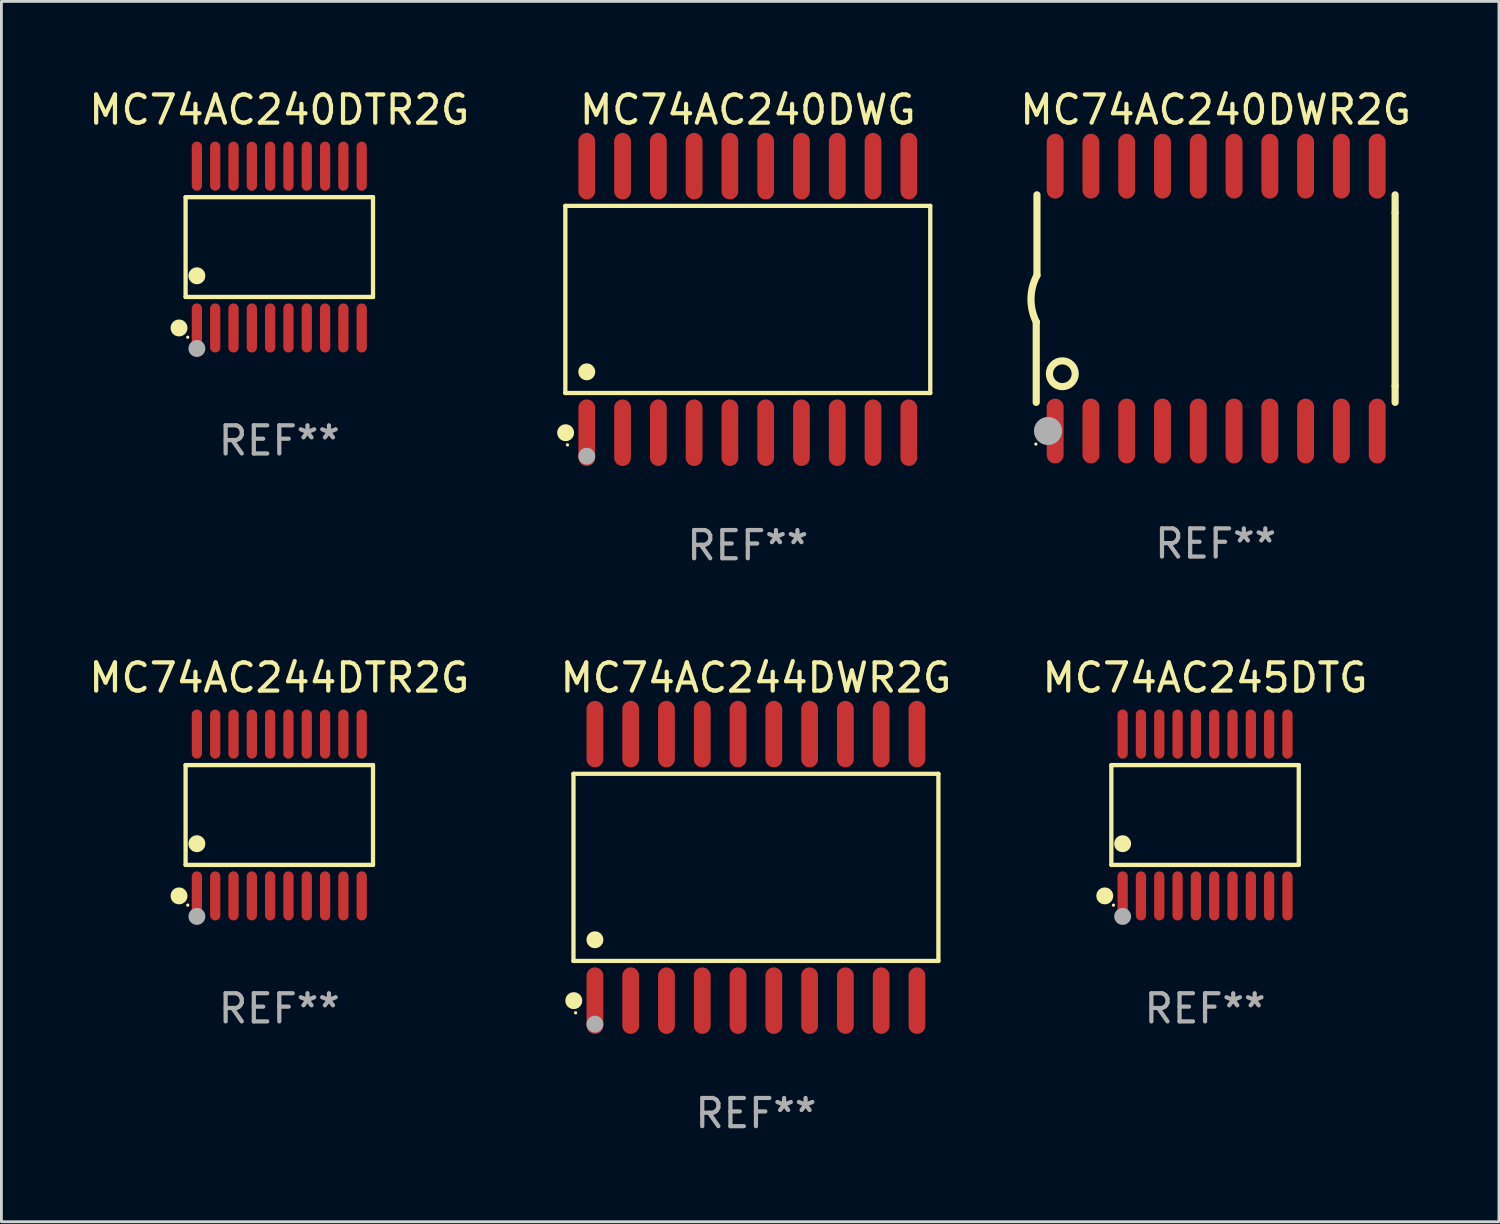
<source format=kicad_pcb>
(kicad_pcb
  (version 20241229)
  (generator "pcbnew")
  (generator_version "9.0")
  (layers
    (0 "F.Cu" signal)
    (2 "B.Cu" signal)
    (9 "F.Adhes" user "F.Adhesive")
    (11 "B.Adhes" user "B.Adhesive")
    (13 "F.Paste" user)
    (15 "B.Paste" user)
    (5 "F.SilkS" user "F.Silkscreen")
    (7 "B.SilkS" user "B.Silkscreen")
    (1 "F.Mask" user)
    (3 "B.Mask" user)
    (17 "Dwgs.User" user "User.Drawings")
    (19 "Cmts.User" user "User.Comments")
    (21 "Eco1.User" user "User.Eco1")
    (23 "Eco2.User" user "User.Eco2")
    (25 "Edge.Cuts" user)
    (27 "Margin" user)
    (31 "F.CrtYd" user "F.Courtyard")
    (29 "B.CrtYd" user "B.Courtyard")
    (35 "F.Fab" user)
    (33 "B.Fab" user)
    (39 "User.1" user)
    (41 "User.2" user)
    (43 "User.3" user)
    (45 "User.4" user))
  (footprint "MC74AC240DWG"
    (layer "F.Cu")
    (at 23.491 7.578)
    (property "Reference" "MC74AC240DWG" (at 0 -6.73 0) (layer "F.SilkS") (effects (font (size 1 1) (thickness 0.15))))
    (attr through_hole)
    (fp_line (start -6.476 -3.321) (end 6.476 -3.321) (stroke (width 0.152) (type solid)) (layer "F.SilkS"))
    (fp_line (start -6.476 3.321) (end -6.476 -3.321) (stroke (width 0.152) (type solid)) (layer "F.SilkS"))
    (fp_line (start 6.476 -3.321) (end 6.476 3.321) (stroke (width 0.152) (type solid)) (layer "F.SilkS"))
    (fp_line (start 6.476 3.321) (end -6.476 3.321) (stroke (width 0.152) (type solid)) (layer "F.SilkS"))
    (fp_circle (center -6.465 4.73) (end -6.315 4.73) (stroke (width 0.3) (type solid)) (fill no) (layer "F.SilkS"))
    (fp_circle (center -6.4 5.163) (end -6.37 5.163) (stroke (width 0.06) (type solid)) (fill no) (layer "F.SilkS"))
    (fp_circle (center -5.715 2.569) (end -5.565 2.569) (stroke (width 0.3) (type solid)) (fill no) (layer "F.SilkS"))
    (fp_circle (center -5.715 5.563) (end -5.565 5.563) (stroke (width 0.3) (type solid)) (fill no) (layer "F.Fab"))
    (fp_text user "REF**" (at 0 8.73 0) (layer "F.Fab") (effects (font (size 1 1) (thickness 0.15))))
    (pad "1" smd oval (at -5.715 4.73) (size 0.595 2.36) (layers "F.Cu" "F.Mask" "F.Paste"))
    (pad "2" smd oval (at -4.445 4.73) (size 0.595 2.36) (layers "F.Cu" "F.Mask" "F.Paste"))
    (pad "3" smd oval (at -3.175 4.73) (size 0.595 2.36) (layers "F.Cu" "F.Mask" "F.Paste"))
    (pad "4" smd oval (at -1.905 4.73) (size 0.595 2.36) (layers "F.Cu" "F.Mask" "F.Paste"))
    (pad "5" smd oval (at -0.635 4.73) (size 0.595 2.36) (layers "F.Cu" "F.Mask" "F.Paste"))
    (pad "6" smd oval (at 0.635 4.73) (size 0.595 2.36) (layers "F.Cu" "F.Mask" "F.Paste"))
    (pad "7" smd oval (at 1.905 4.73) (size 0.595 2.36) (layers "F.Cu" "F.Mask" "F.Paste"))
    (pad "8" smd oval (at 3.175 4.73) (size 0.595 2.36) (layers "F.Cu" "F.Mask" "F.Paste"))
    (pad "9" smd oval (at 4.445 4.73) (size 0.595 2.36) (layers "F.Cu" "F.Mask" "F.Paste"))
    (pad "10" smd oval (at 5.715 4.73) (size 0.595 2.36) (layers "F.Cu" "F.Mask" "F.Paste"))
    (pad "11" smd oval (at 5.715 -4.73) (size 0.595 2.36) (layers "F.Cu" "F.Mask" "F.Paste"))
    (pad "12" smd oval (at 4.445 -4.73) (size 0.595 2.36) (layers "F.Cu" "F.Mask" "F.Paste"))
    (pad "13" smd oval (at 3.175 -4.73) (size 0.595 2.36) (layers "F.Cu" "F.Mask" "F.Paste"))
    (pad "14" smd oval (at 1.905 -4.73) (size 0.595 2.36) (layers "F.Cu" "F.Mask" "F.Paste"))
    (pad "15" smd oval (at 0.635 -4.73) (size 0.595 2.36) (layers "F.Cu" "F.Mask" "F.Paste"))
    (pad "16" smd oval (at -0.635 -4.73) (size 0.595 2.36) (layers "F.Cu" "F.Mask" "F.Paste"))
    (pad "17" smd oval (at -1.905 -4.73) (size 0.595 2.36) (layers "F.Cu" "F.Mask" "F.Paste"))
    (pad "18" smd oval (at -3.175 -4.73) (size 0.595 2.36) (layers "F.Cu" "F.Mask" "F.Paste"))
    (pad "19" smd oval (at -4.445 -4.73) (size 0.595 2.36) (layers "F.Cu" "F.Mask" "F.Paste"))
    (pad "20" smd oval (at -5.715 -4.73) (size 0.595 2.36) (layers "F.Cu" "F.Mask" "F.Paste")))
  (footprint "MC74AC245DTG"
    (layer "F.Cu")
    (at 39.72 25.876)
    (property "Reference" "MC74AC245DTG" (at 0 -4.871 0) (layer "F.SilkS") (effects (font (size 1 1) (thickness 0.15))))
    (attr through_hole)
    (fp_line (start -3.326 -1.771) (end 3.326 -1.771) (stroke (width 0.152) (type solid)) (layer "F.SilkS"))
    (fp_line (start -3.326 1.771) (end -3.326 -1.771) (stroke (width 0.152) (type solid)) (layer "F.SilkS"))
    (fp_line (start 3.326 -1.771) (end 3.326 1.771) (stroke (width 0.152) (type solid)) (layer "F.SilkS"))
    (fp_line (start 3.326 1.771) (end -3.326 1.771) (stroke (width 0.152) (type solid)) (layer "F.SilkS"))
    (fp_circle (center -3.559 2.871) (end -3.409 2.871) (stroke (width 0.3) (type solid)) (fill no) (layer "F.SilkS"))
    (fp_circle (center -3.25 3.2) (end -3.22 3.2) (stroke (width 0.06) (type solid)) (fill no) (layer "F.SilkS"))
    (fp_circle (center -2.925 1.019) (end -2.775 1.019) (stroke (width 0.3) (type solid)) (fill no) (layer "F.SilkS"))
    (fp_circle (center -2.925 3.6) (end -2.775 3.6) (stroke (width 0.3) (type solid)) (fill no) (layer "F.Fab"))
    (fp_text user "REF**" (at 0 6.871 0) (layer "F.Fab") (effects (font (size 1 1) (thickness 0.15))))
    (pad "1" smd oval (at -2.925 2.871) (size 0.364 1.742) (layers "F.Cu" "F.Mask" "F.Paste"))
    (pad "2" smd oval (at -2.275 2.871) (size 0.364 1.742) (layers "F.Cu" "F.Mask" "F.Paste"))
    (pad "3" smd oval (at -1.625 2.871) (size 0.364 1.742) (layers "F.Cu" "F.Mask" "F.Paste"))
    (pad "4" smd oval (at -0.975 2.871) (size 0.364 1.742) (layers "F.Cu" "F.Mask" "F.Paste"))
    (pad "5" smd oval (at -0.325 2.871) (size 0.364 1.742) (layers "F.Cu" "F.Mask" "F.Paste"))
    (pad "6" smd oval (at 0.325 2.871) (size 0.364 1.742) (layers "F.Cu" "F.Mask" "F.Paste"))
    (pad "7" smd oval (at 0.975 2.871) (size 0.364 1.742) (layers "F.Cu" "F.Mask" "F.Paste"))
    (pad "8" smd oval (at 1.625 2.871) (size 0.364 1.742) (layers "F.Cu" "F.Mask" "F.Paste"))
    (pad "9" smd oval (at 2.275 2.871) (size 0.364 1.742) (layers "F.Cu" "F.Mask" "F.Paste"))
    (pad "10" smd oval (at 2.925 2.871) (size 0.364 1.742) (layers "F.Cu" "F.Mask" "F.Paste"))
    (pad "11" smd oval (at 2.925 -2.871) (size 0.364 1.742) (layers "F.Cu" "F.Mask" "F.Paste"))
    (pad "12" smd oval (at 2.275 -2.871) (size 0.364 1.742) (layers "F.Cu" "F.Mask" "F.Paste"))
    (pad "13" smd oval (at 1.625 -2.871) (size 0.364 1.742) (layers "F.Cu" "F.Mask" "F.Paste"))
    (pad "14" smd oval (at 0.975 -2.871) (size 0.364 1.742) (layers "F.Cu" "F.Mask" "F.Paste"))
    (pad "15" smd oval (at 0.325 -2.871) (size 0.364 1.742) (layers "F.Cu" "F.Mask" "F.Paste"))
    (pad "16" smd oval (at -0.325 -2.871) (size 0.364 1.742) (layers "F.Cu" "F.Mask" "F.Paste"))
    (pad "17" smd oval (at -0.975 -2.871) (size 0.364 1.742) (layers "F.Cu" "F.Mask" "F.Paste"))
    (pad "18" smd oval (at -1.625 -2.871) (size 0.364 1.742) (layers "F.Cu" "F.Mask" "F.Paste"))
    (pad "19" smd oval (at -2.275 -2.871) (size 0.364 1.742) (layers "F.Cu" "F.Mask" "F.Paste"))
    (pad "20" smd oval (at -2.925 -2.871) (size 0.364 1.742) (layers "F.Cu" "F.Mask" "F.Paste")))
  (footprint "MC74AC240DTR2G"
    (layer "F.Cu")
    (at 6.863 5.719)
    (property "Reference" "MC74AC240DTR2G" (at 0 -4.871 0) (layer "F.SilkS") (effects (font (size 1 1) (thickness 0.15))))
    (attr through_hole)
    (fp_line (start -3.326 -1.771) (end 3.326 -1.771) (stroke (width 0.152) (type solid)) (layer "F.SilkS"))
    (fp_line (start -3.326 1.771) (end -3.326 -1.771) (stroke (width 0.152) (type solid)) (layer "F.SilkS"))
    (fp_line (start 3.326 -1.771) (end 3.326 1.771) (stroke (width 0.152) (type solid)) (layer "F.SilkS"))
    (fp_line (start 3.326 1.771) (end -3.326 1.771) (stroke (width 0.152) (type solid)) (layer "F.SilkS"))
    (fp_circle (center -3.559 2.871) (end -3.409 2.871) (stroke (width 0.3) (type solid)) (fill no) (layer "F.SilkS"))
    (fp_circle (center -3.25 3.2) (end -3.22 3.2) (stroke (width 0.06) (type solid)) (fill no) (layer "F.SilkS"))
    (fp_circle (center -2.925 1.019) (end -2.775 1.019) (stroke (width 0.3) (type solid)) (fill no) (layer "F.SilkS"))
    (fp_circle (center -2.925 3.6) (end -2.775 3.6) (stroke (width 0.3) (type solid)) (fill no) (layer "F.Fab"))
    (fp_text user "REF**" (at 0 6.871 0) (layer "F.Fab") (effects (font (size 1 1) (thickness 0.15))))
    (pad "1" smd oval (at -2.925 2.871) (size 0.364 1.742) (layers "F.Cu" "F.Mask" "F.Paste"))
    (pad "2" smd oval (at -2.275 2.871) (size 0.364 1.742) (layers "F.Cu" "F.Mask" "F.Paste"))
    (pad "3" smd oval (at -1.625 2.871) (size 0.364 1.742) (layers "F.Cu" "F.Mask" "F.Paste"))
    (pad "4" smd oval (at -0.975 2.871) (size 0.364 1.742) (layers "F.Cu" "F.Mask" "F.Paste"))
    (pad "5" smd oval (at -0.325 2.871) (size 0.364 1.742) (layers "F.Cu" "F.Mask" "F.Paste"))
    (pad "6" smd oval (at 0.325 2.871) (size 0.364 1.742) (layers "F.Cu" "F.Mask" "F.Paste"))
    (pad "7" smd oval (at 0.975 2.871) (size 0.364 1.742) (layers "F.Cu" "F.Mask" "F.Paste"))
    (pad "8" smd oval (at 1.625 2.871) (size 0.364 1.742) (layers "F.Cu" "F.Mask" "F.Paste"))
    (pad "9" smd oval (at 2.275 2.871) (size 0.364 1.742) (layers "F.Cu" "F.Mask" "F.Paste"))
    (pad "10" smd oval (at 2.925 2.871) (size 0.364 1.742) (layers "F.Cu" "F.Mask" "F.Paste"))
    (pad "11" smd oval (at 2.925 -2.871) (size 0.364 1.742) (layers "F.Cu" "F.Mask" "F.Paste"))
    (pad "12" smd oval (at 2.275 -2.871) (size 0.364 1.742) (layers "F.Cu" "F.Mask" "F.Paste"))
    (pad "13" smd oval (at 1.625 -2.871) (size 0.364 1.742) (layers "F.Cu" "F.Mask" "F.Paste"))
    (pad "14" smd oval (at 0.975 -2.871) (size 0.364 1.742) (layers "F.Cu" "F.Mask" "F.Paste"))
    (pad "15" smd oval (at 0.325 -2.871) (size 0.364 1.742) (layers "F.Cu" "F.Mask" "F.Paste"))
    (pad "16" smd oval (at -0.325 -2.871) (size 0.364 1.742) (layers "F.Cu" "F.Mask" "F.Paste"))
    (pad "17" smd oval (at -0.975 -2.871) (size 0.364 1.742) (layers "F.Cu" "F.Mask" "F.Paste"))
    (pad "18" smd oval (at -1.625 -2.871) (size 0.364 1.742) (layers "F.Cu" "F.Mask" "F.Paste"))
    (pad "19" smd oval (at -2.275 -2.871) (size 0.364 1.742) (layers "F.Cu" "F.Mask" "F.Paste"))
    (pad "20" smd oval (at -2.925 -2.871) (size 0.364 1.742) (layers "F.Cu" "F.Mask" "F.Paste")))
  (footprint "MC74AC240DWR2G"
    (layer "F.Cu")
    (at 40.097 7.548)
    (property "Reference" "MC74AC240DWR2G" (at 0 -6.7 0) (layer "F.SilkS") (effects (font (size 1 1) (thickness 0.15))))
    (attr through_hole)
    (fp_line (start -6.369 0.826) (end -6.369 3.683) (stroke (width 0.254) (type solid)) (layer "F.SilkS"))
    (fp_line (start -6.343 -0.825) (end -6.343 -3.683) (stroke (width 0.254) (type solid)) (layer "F.SilkS"))
    (fp_line (start 6.369 -3.048) (end 6.369 -3.683) (stroke (width 0.254) (type solid)) (layer "F.SilkS"))
    (fp_line (start 6.369 -3.048) (end 6.369 3.096) (stroke (width 0.254) (type solid)) (layer "F.SilkS"))
    (fp_line (start 6.369 3.096) (end 6.369 3.683) (stroke (width 0.254) (type solid)) (layer "F.SilkS"))
    (fp_arc (start -6.36853 0.825552) (mid -6.554743 -0.00301) (end -6.343129 -0.825451) (stroke (width 0.254001) (type solid)) (layer "F.SilkS"))
    (fp_circle (center -6.382 5.163) (end -6.352 5.163) (stroke (width 0.06) (type solid)) (fill no) (layer "F.SilkS"))
    (fp_circle (center -5.443 2.667) (end -4.985 2.667) (stroke (width 0.254) (type solid)) (fill no) (layer "F.SilkS"))
    (fp_circle (center -5.951 4.699) (end -5.701 4.699) (stroke (width 0.5) (type solid)) (fill no) (layer "F.Fab"))
    (fp_text user "REF**" (at 0 8.7 0) (layer "F.Fab") (effects (font (size 1 1) (thickness 0.15))))
    (pad "1" smd oval (at -5.697 4.7 180) (size 0.6 2.3) (layers "F.Cu" "F.Mask" "F.Paste"))
    (pad "2" smd oval (at -4.427 4.7 180) (size 0.6 2.3) (layers "F.Cu" "F.Mask" "F.Paste"))
    (pad "3" smd oval (at -3.157 4.7 180) (size 0.6 2.3) (layers "F.Cu" "F.Mask" "F.Paste"))
    (pad "4" smd oval (at -1.887 4.7 180) (size 0.6 2.3) (layers "F.Cu" "F.Mask" "F.Paste"))
    (pad "5" smd oval (at -0.617 4.7 180) (size 0.6 2.3) (layers "F.Cu" "F.Mask" "F.Paste"))
    (pad "6" smd oval (at 0.653 4.7 180) (size 0.6 2.3) (layers "F.Cu" "F.Mask" "F.Paste"))
    (pad "7" smd oval (at 1.923 4.7 180) (size 0.6 2.3) (layers "F.Cu" "F.Mask" "F.Paste"))
    (pad "8" smd oval (at 3.193 4.7 180) (size 0.6 2.3) (layers "F.Cu" "F.Mask" "F.Paste"))
    (pad "9" smd oval (at 4.463 4.7 180) (size 0.6 2.3) (layers "F.Cu" "F.Mask" "F.Paste"))
    (pad "10" smd oval (at 5.734 4.7 180) (size 0.6 2.3) (layers "F.Cu" "F.Mask" "F.Paste"))
    (pad "11" smd oval (at 5.734 -4.7 180) (size 0.6 2.3) (layers "F.Cu" "F.Mask" "F.Paste"))
    (pad "12" smd oval (at 4.463 -4.7 180) (size 0.6 2.3) (layers "F.Cu" "F.Mask" "F.Paste"))
    (pad "13" smd oval (at 3.193 -4.7 180) (size 0.6 2.3) (layers "F.Cu" "F.Mask" "F.Paste"))
    (pad "14" smd oval (at 1.923 -4.7 180) (size 0.6 2.3) (layers "F.Cu" "F.Mask" "F.Paste"))
    (pad "15" smd oval (at 0.653 -4.7 180) (size 0.6 2.3) (layers "F.Cu" "F.Mask" "F.Paste"))
    (pad "16" smd oval (at -0.617 -4.7 180) (size 0.6 2.3) (layers "F.Cu" "F.Mask" "F.Paste"))
    (pad "17" smd oval (at -1.887 -4.7 180) (size 0.6 2.3) (layers "F.Cu" "F.Mask" "F.Paste"))
    (pad "18" smd oval (at -3.157 -4.7 180) (size 0.6 2.3) (layers "F.Cu" "F.Mask" "F.Paste"))
    (pad "19" smd oval (at -4.427 -4.7 180) (size 0.6 2.3) (layers "F.Cu" "F.Mask" "F.Paste"))
    (pad "20" smd oval (at -5.697 -4.7 180) (size 0.6 2.3) (layers "F.Cu" "F.Mask" "F.Paste")))
  (footprint "MC74AC244DTR2G"
    (layer "F.Cu")
    (at 6.863 25.876)
    (property "Reference" "MC74AC244DTR2G" (at 0 -4.871 0) (layer "F.SilkS") (effects (font (size 1 1) (thickness 0.15))))
    (attr through_hole)
    (fp_line (start -3.326 -1.771) (end 3.326 -1.771) (stroke (width 0.152) (type solid)) (layer "F.SilkS"))
    (fp_line (start -3.326 1.771) (end -3.326 -1.771) (stroke (width 0.152) (type solid)) (layer "F.SilkS"))
    (fp_line (start 3.326 -1.771) (end 3.326 1.771) (stroke (width 0.152) (type solid)) (layer "F.SilkS"))
    (fp_line (start 3.326 1.771) (end -3.326 1.771) (stroke (width 0.152) (type solid)) (layer "F.SilkS"))
    (fp_circle (center -3.559 2.871) (end -3.409 2.871) (stroke (width 0.3) (type solid)) (fill no) (layer "F.SilkS"))
    (fp_circle (center -3.25 3.2) (end -3.22 3.2) (stroke (width 0.06) (type solid)) (fill no) (layer "F.SilkS"))
    (fp_circle (center -2.925 1.019) (end -2.775 1.019) (stroke (width 0.3) (type solid)) (fill no) (layer "F.SilkS"))
    (fp_circle (center -2.925 3.6) (end -2.775 3.6) (stroke (width 0.3) (type solid)) (fill no) (layer "F.Fab"))
    (fp_text user "REF**" (at 0 6.871 0) (layer "F.Fab") (effects (font (size 1 1) (thickness 0.15))))
    (pad "1" smd oval (at -2.925 2.871) (size 0.364 1.742) (layers "F.Cu" "F.Mask" "F.Paste"))
    (pad "2" smd oval (at -2.275 2.871) (size 0.364 1.742) (layers "F.Cu" "F.Mask" "F.Paste"))
    (pad "3" smd oval (at -1.625 2.871) (size 0.364 1.742) (layers "F.Cu" "F.Mask" "F.Paste"))
    (pad "4" smd oval (at -0.975 2.871) (size 0.364 1.742) (layers "F.Cu" "F.Mask" "F.Paste"))
    (pad "5" smd oval (at -0.325 2.871) (size 0.364 1.742) (layers "F.Cu" "F.Mask" "F.Paste"))
    (pad "6" smd oval (at 0.325 2.871) (size 0.364 1.742) (layers "F.Cu" "F.Mask" "F.Paste"))
    (pad "7" smd oval (at 0.975 2.871) (size 0.364 1.742) (layers "F.Cu" "F.Mask" "F.Paste"))
    (pad "8" smd oval (at 1.625 2.871) (size 0.364 1.742) (layers "F.Cu" "F.Mask" "F.Paste"))
    (pad "9" smd oval (at 2.275 2.871) (size 0.364 1.742) (layers "F.Cu" "F.Mask" "F.Paste"))
    (pad "10" smd oval (at 2.925 2.871) (size 0.364 1.742) (layers "F.Cu" "F.Mask" "F.Paste"))
    (pad "11" smd oval (at 2.925 -2.871) (size 0.364 1.742) (layers "F.Cu" "F.Mask" "F.Paste"))
    (pad "12" smd oval (at 2.275 -2.871) (size 0.364 1.742) (layers "F.Cu" "F.Mask" "F.Paste"))
    (pad "13" smd oval (at 1.625 -2.871) (size 0.364 1.742) (layers "F.Cu" "F.Mask" "F.Paste"))
    (pad "14" smd oval (at 0.975 -2.871) (size 0.364 1.742) (layers "F.Cu" "F.Mask" "F.Paste"))
    (pad "15" smd oval (at 0.325 -2.871) (size 0.364 1.742) (layers "F.Cu" "F.Mask" "F.Paste"))
    (pad "16" smd oval (at -0.325 -2.871) (size 0.364 1.742) (layers "F.Cu" "F.Mask" "F.Paste"))
    (pad "17" smd oval (at -0.975 -2.871) (size 0.364 1.742) (layers "F.Cu" "F.Mask" "F.Paste"))
    (pad "18" smd oval (at -1.625 -2.871) (size 0.364 1.742) (layers "F.Cu" "F.Mask" "F.Paste"))
    (pad "19" smd oval (at -2.275 -2.871) (size 0.364 1.742) (layers "F.Cu" "F.Mask" "F.Paste"))
    (pad "20" smd oval (at -2.925 -2.871) (size 0.364 1.742) (layers "F.Cu" "F.Mask" "F.Paste")))
  (footprint "MC74AC244DWR2G"
    (layer "F.Cu")
    (at 23.78 27.735)
    (property "Reference" "MC74AC244DWR2G" (at 0 -6.73 0) (layer "F.SilkS") (effects (font (size 1 1) (thickness 0.15))))
    (attr through_hole)
    (fp_line (start -6.476 -3.321) (end 6.476 -3.321) (stroke (width 0.152) (type solid)) (layer "F.SilkS"))
    (fp_line (start -6.476 3.321) (end -6.476 -3.321) (stroke (width 0.152) (type solid)) (layer "F.SilkS"))
    (fp_line (start 6.476 -3.321) (end 6.476 3.321) (stroke (width 0.152) (type solid)) (layer "F.SilkS"))
    (fp_line (start 6.476 3.321) (end -6.476 3.321) (stroke (width 0.152) (type solid)) (layer "F.SilkS"))
    (fp_circle (center -6.465 4.73) (end -6.315 4.73) (stroke (width 0.3) (type solid)) (fill no) (layer "F.SilkS"))
    (fp_circle (center -6.4 5.163) (end -6.37 5.163) (stroke (width 0.06) (type solid)) (fill no) (layer "F.SilkS"))
    (fp_circle (center -5.715 2.569) (end -5.565 2.569) (stroke (width 0.3) (type solid)) (fill no) (layer "F.SilkS"))
    (fp_circle (center -5.715 5.563) (end -5.565 5.563) (stroke (width 0.3) (type solid)) (fill no) (layer "F.Fab"))
    (fp_text user "REF**" (at 0 8.73 0) (layer "F.Fab") (effects (font (size 1 1) (thickness 0.15))))
    (pad "1" smd oval (at -5.715 4.73) (size 0.595 2.36) (layers "F.Cu" "F.Mask" "F.Paste"))
    (pad "2" smd oval (at -4.445 4.73) (size 0.595 2.36) (layers "F.Cu" "F.Mask" "F.Paste"))
    (pad "3" smd oval (at -3.175 4.73) (size 0.595 2.36) (layers "F.Cu" "F.Mask" "F.Paste"))
    (pad "4" smd oval (at -1.905 4.73) (size 0.595 2.36) (layers "F.Cu" "F.Mask" "F.Paste"))
    (pad "5" smd oval (at -0.635 4.73) (size 0.595 2.36) (layers "F.Cu" "F.Mask" "F.Paste"))
    (pad "6" smd oval (at 0.635 4.73) (size 0.595 2.36) (layers "F.Cu" "F.Mask" "F.Paste"))
    (pad "7" smd oval (at 1.905 4.73) (size 0.595 2.36) (layers "F.Cu" "F.Mask" "F.Paste"))
    (pad "8" smd oval (at 3.175 4.73) (size 0.595 2.36) (layers "F.Cu" "F.Mask" "F.Paste"))
    (pad "9" smd oval (at 4.445 4.73) (size 0.595 2.36) (layers "F.Cu" "F.Mask" "F.Paste"))
    (pad "10" smd oval (at 5.715 4.73) (size 0.595 2.36) (layers "F.Cu" "F.Mask" "F.Paste"))
    (pad "11" smd oval (at 5.715 -4.73) (size 0.595 2.36) (layers "F.Cu" "F.Mask" "F.Paste"))
    (pad "12" smd oval (at 4.445 -4.73) (size 0.595 2.36) (layers "F.Cu" "F.Mask" "F.Paste"))
    (pad "13" smd oval (at 3.175 -4.73) (size 0.595 2.36) (layers "F.Cu" "F.Mask" "F.Paste"))
    (pad "14" smd oval (at 1.905 -4.73) (size 0.595 2.36) (layers "F.Cu" "F.Mask" "F.Paste"))
    (pad "15" smd oval (at 0.635 -4.73) (size 0.595 2.36) (layers "F.Cu" "F.Mask" "F.Paste"))
    (pad "16" smd oval (at -0.635 -4.73) (size 0.595 2.36) (layers "F.Cu" "F.Mask" "F.Paste"))
    (pad "17" smd oval (at -1.905 -4.73) (size 0.595 2.36) (layers "F.Cu" "F.Mask" "F.Paste"))
    (pad "18" smd oval (at -3.175 -4.73) (size 0.595 2.36) (layers "F.Cu" "F.Mask" "F.Paste"))
    (pad "19" smd oval (at -4.445 -4.73) (size 0.595 2.36) (layers "F.Cu" "F.Mask" "F.Paste"))
    (pad "20" smd oval (at -5.715 -4.73) (size 0.595 2.36) (layers "F.Cu" "F.Mask" "F.Paste")))
  (gr_rect
    (start -3 -3)
    (end 50.151 40.313)
    (stroke (width 0.1) (type default))
    (fill no)
    (layer "Edge.Cuts")))
</source>
